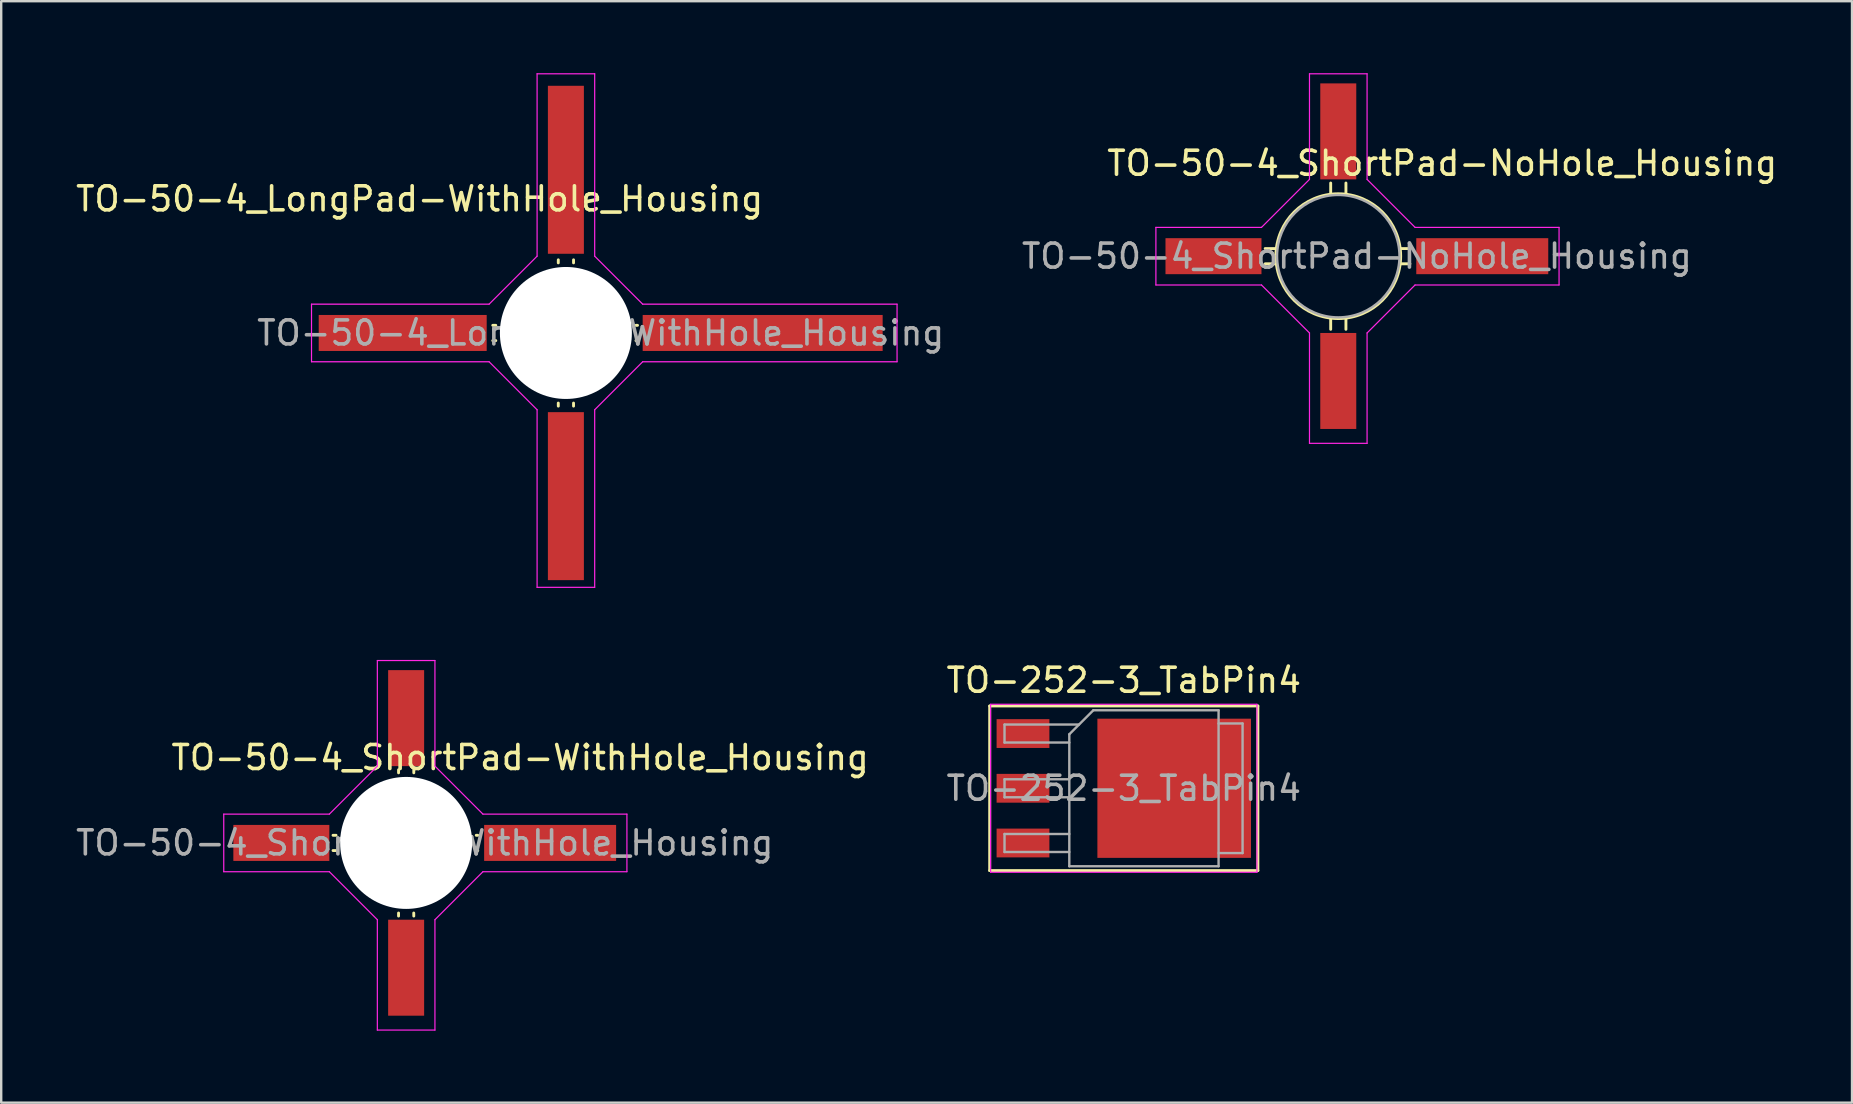
<source format=kicad_pcb>
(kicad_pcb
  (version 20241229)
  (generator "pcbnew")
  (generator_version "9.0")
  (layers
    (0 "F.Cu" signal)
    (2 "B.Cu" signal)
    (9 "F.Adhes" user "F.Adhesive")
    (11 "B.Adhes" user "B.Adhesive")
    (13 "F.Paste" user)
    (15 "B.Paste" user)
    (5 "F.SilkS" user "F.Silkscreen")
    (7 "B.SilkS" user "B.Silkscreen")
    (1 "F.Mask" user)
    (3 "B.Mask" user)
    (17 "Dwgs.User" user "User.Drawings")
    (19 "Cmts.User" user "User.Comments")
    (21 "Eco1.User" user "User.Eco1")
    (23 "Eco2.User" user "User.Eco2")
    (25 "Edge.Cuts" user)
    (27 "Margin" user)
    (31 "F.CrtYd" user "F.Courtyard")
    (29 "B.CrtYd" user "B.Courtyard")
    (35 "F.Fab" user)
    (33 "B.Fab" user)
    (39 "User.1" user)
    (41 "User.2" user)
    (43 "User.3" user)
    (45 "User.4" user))
  (footprint "TO-252-3_TabPin4"
    (layer "F.Cu")
    (at 43.779 29.798)
    (property "Reference" "TO-252-3_TabPin4" (at 0 -4.5 0) (layer "F.SilkS") (effects (font (size 1 1) (thickness 0.15))))
    (attr smd)
    (fp_line (start -5.588 -3.429) (end -5.588 3.429) (stroke (width 0.12) (type solid)) (layer "F.SilkS"))
    (fp_line (start -5.588 3.429) (end 5.588 3.429) (stroke (width 0.12) (type solid)) (layer "F.SilkS"))
    (fp_line (start 5.588 -3.429) (end -5.588 -3.429) (stroke (width 0.12) (type solid)) (layer "F.SilkS"))
    (fp_line (start 5.588 3.429) (end 5.588 -3.429) (stroke (width 0.12) (type solid)) (layer "F.SilkS"))
    (fp_line (start -5.55 -3.5) (end -5.55 3.5) (stroke (width 0.05) (type solid)) (layer "F.CrtYd"))
    (fp_line (start -5.55 3.5) (end 5.55 3.5) (stroke (width 0.05) (type solid)) (layer "F.CrtYd"))
    (fp_line (start 5.55 -3.5) (end -5.55 -3.5) (stroke (width 0.05) (type solid)) (layer "F.CrtYd"))
    (fp_line (start 5.55 3.5) (end 5.55 -3.5) (stroke (width 0.05) (type solid)) (layer "F.CrtYd"))
    (fp_line (start -4.97 -2.655) (end -4.97 -1.905) (stroke (width 0.1) (type solid)) (layer "F.Fab"))
    (fp_line (start -4.97 -1.905) (end -2.27 -1.905) (stroke (width 0.1) (type solid)) (layer "F.Fab"))
    (fp_line (start -4.97 -0.375) (end -4.97 0.375) (stroke (width 0.1) (type solid)) (layer "F.Fab"))
    (fp_line (start -4.97 0.375) (end -2.27 0.375) (stroke (width 0.1) (type solid)) (layer "F.Fab"))
    (fp_line (start -4.97 1.905) (end -4.97 2.655) (stroke (width 0.1) (type solid)) (layer "F.Fab"))
    (fp_line (start -4.97 2.655) (end -2.27 2.655) (stroke (width 0.1) (type solid)) (layer "F.Fab"))
    (fp_line (start -2.27 -2.25) (end -1.27 -3.25) (stroke (width 0.1) (type solid)) (layer "F.Fab"))
    (fp_line (start -2.27 -0.375) (end -4.97 -0.375) (stroke (width 0.1) (type solid)) (layer "F.Fab"))
    (fp_line (start -2.27 1.905) (end -4.97 1.905) (stroke (width 0.1) (type solid)) (layer "F.Fab"))
    (fp_line (start -2.27 3.25) (end -2.27 -2.25) (stroke (width 0.1) (type solid)) (layer "F.Fab"))
    (fp_line (start -1.865 -2.655) (end -4.97 -2.655) (stroke (width 0.1) (type solid)) (layer "F.Fab"))
    (fp_line (start -1.27 -3.25) (end 3.95 -3.25) (stroke (width 0.1) (type solid)) (layer "F.Fab"))
    (fp_line (start 3.95 -3.25) (end 3.95 3.25) (stroke (width 0.1) (type solid)) (layer "F.Fab"))
    (fp_line (start 3.95 -2.7) (end 4.95 -2.7) (stroke (width 0.1) (type solid)) (layer "F.Fab"))
    (fp_line (start 3.95 3.25) (end -2.27 3.25) (stroke (width 0.1) (type solid)) (layer "F.Fab"))
    (fp_line (start 4.95 -2.7) (end 4.95 2.7) (stroke (width 0.1) (type solid)) (layer "F.Fab"))
    (fp_line (start 4.95 2.7) (end 3.95 2.7) (stroke (width 0.1) (type solid)) (layer "F.Fab"))
    (fp_text user "${REFERENCE}" (at 0 0 0) (layer "F.Fab") (effects (font (size 1 1) (thickness 0.15))))
    (pad "" smd rect (at 0.425 -1.525) (size 3.05 2.75) (layers "F.Paste"))
    (pad "" smd rect (at 0.425 1.525) (size 3.05 2.75) (layers "F.Paste"))
    (pad "" smd rect (at 3.775 -1.525) (size 3.05 2.75) (layers "F.Paste"))
    (pad "" smd rect (at 3.775 1.525) (size 3.05 2.75) (layers "F.Paste"))
    (pad "1" smd rect (at -4.2 -2.28) (size 2.2 1.2) (layers "F.Cu" "F.Mask" "F.Paste"))
    (pad "2" smd rect (at -4.2 0) (size 2.2 1.2) (layers "F.Cu" "F.Mask" "F.Paste"))
    (pad "3" smd rect (at -4.2 2.28) (size 2.2 1.2) (layers "F.Cu" "F.Mask" "F.Paste"))
    (pad "4" smd rect (at 2.1 0) (size 6.4 5.8) (layers "F.Cu" "F.Mask")))
  (footprint "TO-50-4_ShortPad-WithHole_Housing"
    (layer "F.Cu")
    (at 14.274 32.075)
    (property "Reference" "TO-50-4_ShortPad-WithHole_Housing" (at 4.35 -3.556 0) (layer "F.SilkS") (effects (font (size 1 1) (thickness 0.15))))
    (attr smd)
    (fp_line (start -3.321 -0.318) (end -3.446 -0.318) (stroke (width 0.12) (type solid)) (layer "F.SilkS"))
    (fp_line (start -3.321 0.318) (end -3.446 0.318) (stroke (width 0.12) (type solid)) (layer "F.SilkS"))
    (fp_line (start -0.716 -3.048) (end -0.716 -2.921) (stroke (width 0.12) (type solid)) (layer "F.SilkS"))
    (fp_line (start -0.716 2.921) (end -0.716 3.048) (stroke (width 0.12) (type solid)) (layer "F.SilkS"))
    (fp_line (start -0.083 2.921) (end -0.081 3.048) (stroke (width 0.12) (type solid)) (layer "F.SilkS"))
    (fp_line (start -0.081 -3.048) (end -0.081 -2.921) (stroke (width 0.12) (type solid)) (layer "F.SilkS"))
    (fp_line (start 2.521 -0.318) (end 2.584 -0.318) (stroke (width 0.12) (type solid)) (layer "F.SilkS"))
    (fp_line (start 2.521 0.318) (end 2.584 0.318) (stroke (width 0.12) (type solid)) (layer "F.SilkS"))
    (fp_line (start -8 -1.2) (end -3.6 -1.2) (stroke (width 0.05) (type solid)) (layer "F.CrtYd"))
    (fp_line (start -8 1.2) (end -8 -1.2) (stroke (width 0.05) (type solid)) (layer "F.CrtYd"))
    (fp_line (start -3.6 -1.2) (end -1.6 -3.2) (stroke (width 0.05) (type solid)) (layer "F.CrtYd"))
    (fp_line (start -3.6 1.2) (end -8 1.2) (stroke (width 0.05) (type solid)) (layer "F.CrtYd"))
    (fp_line (start -1.6 -7.6) (end 0.8 -7.6) (stroke (width 0.05) (type solid)) (layer "F.CrtYd"))
    (fp_line (start -1.6 -3.2) (end -1.6 -7.6) (stroke (width 0.05) (type solid)) (layer "F.CrtYd"))
    (fp_line (start -1.6 3.2) (end -3.6 1.2) (stroke (width 0.05) (type solid)) (layer "F.CrtYd"))
    (fp_line (start -1.6 7.8) (end -1.6 3.2) (stroke (width 0.05) (type solid)) (layer "F.CrtYd"))
    (fp_line (start 0.8 -7.6) (end 0.8 -3.2) (stroke (width 0.05) (type solid)) (layer "F.CrtYd"))
    (fp_line (start 0.8 -3.2) (end 2.8 -1.2) (stroke (width 0.05) (type solid)) (layer "F.CrtYd"))
    (fp_line (start 0.8 3.2) (end 0.8 7.8) (stroke (width 0.05) (type solid)) (layer "F.CrtYd"))
    (fp_line (start 0.8 7.8) (end -1.6 7.8) (stroke (width 0.05) (type solid)) (layer "F.CrtYd"))
    (fp_line (start 2.8 -1.2) (end 8.8 -1.2) (stroke (width 0.05) (type solid)) (layer "F.CrtYd"))
    (fp_line (start 2.8 1.2) (end 0.8 3.2) (stroke (width 0.05) (type solid)) (layer "F.CrtYd"))
    (fp_line (start 8.8 -1.2) (end 8.8 1.2) (stroke (width 0.05) (type solid)) (layer "F.CrtYd"))
    (fp_line (start 8.8 1.2) (end 2.8 1.2) (stroke (width 0.05) (type solid)) (layer "F.CrtYd"))
    (fp_circle (center -0.4 0) (end -0.35 -2.55) (stroke (width 0.1) (type solid)) (fill no) (layer "F.Fab"))
    (fp_text user "${REFERENCE}" (at 0.375 0 0) (layer "F.Fab") (effects (font (size 1 1) (thickness 0.15))))
    (pad "" np_thru_hole circle (at -0.4 0 270) (size 5.5 5.5) (drill 5.5) (layers "*.Cu" "*.Mask"))
    (pad "1" smd rect (at -5.6 0 270) (size 1.5 4) (layers "F.Cu" "F.Mask" "F.Paste"))
    (pad "2" smd rect (at -0.4 5.2 270) (size 4 1.5) (layers "F.Cu" "F.Mask" "F.Paste"))
    (pad "3" smd rect (at 5.6 0 270) (size 1.5 5.5) (layers "F.Cu" "F.Mask" "F.Paste"))
    (pad "4" smd rect (at -0.4 -5.2 270) (size 4 1.5) (layers "F.Cu" "F.Mask" "F.Paste")))
  (footprint "TO-50-4_LongPad-WithHole_Housing"
    (layer "F.Cu")
    (at 21.228 10.571)
    (property "Reference" "TO-50-4_LongPad-WithHole_Housing" (at -6.793 -5.334 0) (layer "F.SilkS") (effects (font (size 1 1) (thickness 0.15))))
    (attr smd)
    (fp_line (start -3.618 -0.064) (end -3.744 -0.064) (stroke (width 0.12) (type solid)) (layer "F.SilkS"))
    (fp_line (start -3.618 0.572) (end -3.744 0.572) (stroke (width 0.12) (type solid)) (layer "F.SilkS"))
    (fp_line (start -1.014 3.175) (end -1.013 3.302) (stroke (width 0.12) (type solid)) (layer "F.SilkS"))
    (fp_line (start -1.013 -2.794) (end -1.014 -2.667) (stroke (width 0.12) (type solid)) (layer "F.SilkS"))
    (fp_line (start -0.378 -2.794) (end -0.378 -2.667) (stroke (width 0.12) (type solid)) (layer "F.SilkS"))
    (fp_line (start -0.378 3.175) (end -0.378 3.302) (stroke (width 0.12) (type solid)) (layer "F.SilkS"))
    (fp_line (start 2.224 -0.064) (end 2.288 -0.064) (stroke (width 0.12) (type solid)) (layer "F.SilkS"))
    (fp_line (start 2.224 0.572) (end 2.288 0.572) (stroke (width 0.12) (type solid)) (layer "F.SilkS"))
    (fp_line (start -11.297 -0.946) (end -3.897 -0.946) (stroke (width 0.05) (type solid)) (layer "F.CrtYd"))
    (fp_line (start -11.297 1.454) (end -11.297 -0.946) (stroke (width 0.05) (type solid)) (layer "F.CrtYd"))
    (fp_line (start -3.897 -0.946) (end -1.897 -2.946) (stroke (width 0.05) (type solid)) (layer "F.CrtYd"))
    (fp_line (start -3.897 1.454) (end -11.297 1.454) (stroke (width 0.05) (type solid)) (layer "F.CrtYd"))
    (fp_line (start -1.897 -10.546) (end 0.503 -10.546) (stroke (width 0.05) (type solid)) (layer "F.CrtYd"))
    (fp_line (start -1.897 -2.946) (end -1.897 -10.546) (stroke (width 0.05) (type solid)) (layer "F.CrtYd"))
    (fp_line (start -1.897 3.454) (end -3.897 1.454) (stroke (width 0.05) (type solid)) (layer "F.CrtYd"))
    (fp_line (start -1.897 10.854) (end -1.897 3.454) (stroke (width 0.05) (type solid)) (layer "F.CrtYd"))
    (fp_line (start 0.503 -10.546) (end 0.503 -2.946) (stroke (width 0.05) (type solid)) (layer "F.CrtYd"))
    (fp_line (start 0.503 -2.946) (end 2.503 -0.946) (stroke (width 0.05) (type solid)) (layer "F.CrtYd"))
    (fp_line (start 0.503 3.454) (end 0.503 10.854) (stroke (width 0.05) (type solid)) (layer "F.CrtYd"))
    (fp_line (start 0.503 10.854) (end -1.897 10.854) (stroke (width 0.05) (type solid)) (layer "F.CrtYd"))
    (fp_line (start 2.503 -0.946) (end 13.103 -0.946) (stroke (width 0.05) (type solid)) (layer "F.CrtYd"))
    (fp_line (start 2.503 1.454) (end 0.503 3.454) (stroke (width 0.05) (type solid)) (layer "F.CrtYd"))
    (fp_line (start 13.103 -0.946) (end 13.103 1.454) (stroke (width 0.05) (type solid)) (layer "F.CrtYd"))
    (fp_line (start 13.103 1.454) (end 2.503 1.454) (stroke (width 0.05) (type solid)) (layer "F.CrtYd"))
    (fp_circle (center -0.697 0.254) (end -0.647 -2.296) (stroke (width 0.1) (type solid)) (fill no) (layer "F.Fab"))
    (fp_text user "${REFERENCE}" (at 0.753 0.254 180) (layer "F.Fab") (effects (font (size 1 1) (thickness 0.15))))
    (pad "" np_thru_hole circle (at -0.697 0.254 270) (size 5.5 5.5) (drill 5.5) (layers "*.Cu" "*.Mask"))
    (pad "1" smd rect (at -7.497 0.254 270) (size 1.5 7) (layers "F.Cu" "F.Mask" "F.Paste"))
    (pad "2" smd rect (at -0.697 7.054 270) (size 7 1.5) (layers "F.Cu" "F.Mask" "F.Paste"))
    (pad "3" smd rect (at 7.503 0.254 270) (size 1.5 10) (layers "F.Cu" "F.Mask" "F.Paste"))
    (pad "4" smd rect (at -0.697 -6.546 270) (size 7 1.5) (layers "F.Cu" "F.Mask" "F.Paste")))
  (footprint "TO-50-4_ShortPad-NoHole_Housing"
    (layer "F.Cu")
    (at 53.117 7.625)
    (property "Reference" "TO-50-4_ShortPad-NoHole_Housing" (at 3.93 -3.87 0) (layer "F.SilkS") (effects (font (size 1 1) (thickness 0.15))))
    (attr smd)
    (fp_line (start -3.002 -0.318) (end -3.446 -0.318) (stroke (width 0.12) (type solid)) (layer "F.SilkS"))
    (fp_line (start -3.002 0.318) (end -3.446 0.318) (stroke (width 0.12) (type solid)) (layer "F.SilkS"))
    (fp_line (start -0.716 -3.048) (end -0.716 -2.603) (stroke (width 0.12) (type solid)) (layer "F.SilkS"))
    (fp_line (start -0.716 2.603) (end -0.716 3.048) (stroke (width 0.12) (type solid)) (layer "F.SilkS"))
    (fp_line (start -0.081 -3.048) (end -0.081 -2.603) (stroke (width 0.12) (type solid)) (layer "F.SilkS"))
    (fp_line (start -0.081 2.603) (end -0.081 3.048) (stroke (width 0.12) (type solid)) (layer "F.SilkS"))
    (fp_line (start 2.204 -0.318) (end 2.584 -0.318) (stroke (width 0.12) (type solid)) (layer "F.SilkS"))
    (fp_line (start 2.204 0.318) (end 2.584 0.318) (stroke (width 0.12) (type solid)) (layer "F.SilkS"))
    (fp_circle (center -0.4 0) (end -0.4 -2.6) (stroke (width 0.12) (type solid)) (fill no) (layer "F.SilkS"))
    (fp_line (start -8 -1.2) (end -3.6 -1.2) (stroke (width 0.05) (type solid)) (layer "F.CrtYd"))
    (fp_line (start -8 1.2) (end -8 -1.2) (stroke (width 0.05) (type solid)) (layer "F.CrtYd"))
    (fp_line (start -3.6 -1.2) (end -1.6 -3.2) (stroke (width 0.05) (type solid)) (layer "F.CrtYd"))
    (fp_line (start -3.6 1.2) (end -8 1.2) (stroke (width 0.05) (type solid)) (layer "F.CrtYd"))
    (fp_line (start -1.6 -7.6) (end 0.8 -7.6) (stroke (width 0.05) (type solid)) (layer "F.CrtYd"))
    (fp_line (start -1.6 -3.2) (end -1.6 -7.6) (stroke (width 0.05) (type solid)) (layer "F.CrtYd"))
    (fp_line (start -1.6 3.2) (end -3.6 1.2) (stroke (width 0.05) (type solid)) (layer "F.CrtYd"))
    (fp_line (start -1.6 7.8) (end -1.6 3.2) (stroke (width 0.05) (type solid)) (layer "F.CrtYd"))
    (fp_line (start 0.8 -7.6) (end 0.8 -3.2) (stroke (width 0.05) (type solid)) (layer "F.CrtYd"))
    (fp_line (start 0.8 -3.2) (end 2.8 -1.2) (stroke (width 0.05) (type solid)) (layer "F.CrtYd"))
    (fp_line (start 0.8 3.2) (end 0.8 7.8) (stroke (width 0.05) (type solid)) (layer "F.CrtYd"))
    (fp_line (start 0.8 7.8) (end -1.6 7.8) (stroke (width 0.05) (type solid)) (layer "F.CrtYd"))
    (fp_line (start 2.8 -1.2) (end 8.8 -1.2) (stroke (width 0.05) (type solid)) (layer "F.CrtYd"))
    (fp_line (start 2.8 1.2) (end 0.8 3.2) (stroke (width 0.05) (type solid)) (layer "F.CrtYd"))
    (fp_line (start 8.8 -1.2) (end 8.8 1.2) (stroke (width 0.05) (type solid)) (layer "F.CrtYd"))
    (fp_line (start 8.8 1.2) (end 2.8 1.2) (stroke (width 0.05) (type solid)) (layer "F.CrtYd"))
    (fp_circle (center -0.4 0) (end -0.35 -2.55) (stroke (width 0.1) (type solid)) (fill no) (layer "F.Fab"))
    (fp_text user "${REFERENCE}" (at 0.375 0 0) (layer "F.Fab") (effects (font (size 1 1) (thickness 0.15))))
    (pad "1" smd rect (at -5.6 0 270) (size 1.5 4) (layers "F.Cu" "F.Mask" "F.Paste"))
    (pad "2" smd rect (at -0.4 5.2 270) (size 4 1.5) (layers "F.Cu" "F.Mask" "F.Paste"))
    (pad "3" smd rect (at 5.6 0 270) (size 1.5 5.5) (layers "F.Cu" "F.Mask" "F.Paste"))
    (pad "4" smd rect (at -0.4 -5.2 270) (size 4 1.5) (layers "F.Cu" "F.Mask" "F.Paste")))
  (gr_rect
    (start -3 -3)
    (end 74.125 42.9)
    (stroke (width 0.1) (type default))
    (fill no)
    (layer "Edge.Cuts")))
</source>
